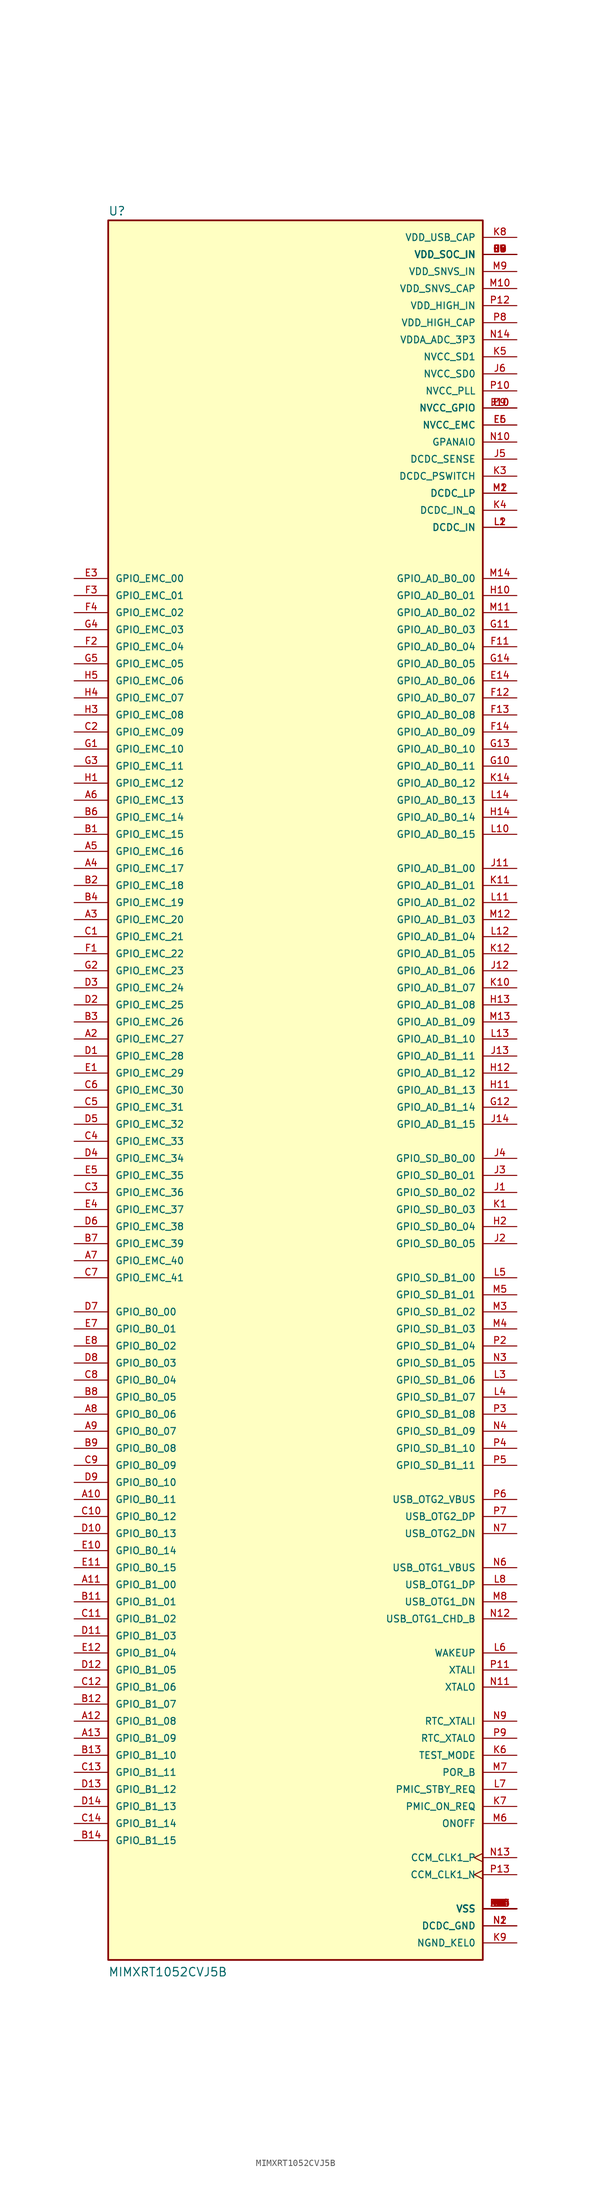
<source format=kicad_sym>
(kicad_symbol_lib
  (version 20241209)
  (generator "kicad_symbol_editor")
  (generator_version "9.0")
  (symbol "MIMXRT1052CVJ5B"
    (pin_names
      (offset 1.016))
    (property "Reference" "U"
      (at -27.94 130.175 0)
      (effects (font (size 1.27 1.27)) (justify left bottom)))
    (property "Value" "MIMXRT1052CVJ5B"
      (at -27.94 -132.08 0)
      (effects (font (size 1.27 1.27)) (justify left bottom)))
    (symbol "MIMXRT1052CVJ5B_0_0"
      (rectangle (start -27.94 -129.54) (end 27.94 129.54) (stroke (width 0.254) (type default)) (fill (type background)))
      (pin bidirectional line (at -33.02 76.2 0) (length 5.08) (name "GPIO_EMC_00" (effects (font (size 1.016 1.016)))) (number "E3" (effects (font (size 1.016 1.016)))))
      (pin bidirectional line (at -33.02 73.66 0) (length 5.08) (name "GPIO_EMC_01" (effects (font (size 1.016 1.016)))) (number "F3" (effects (font (size 1.016 1.016)))))
      (pin bidirectional line (at -33.02 71.12 0) (length 5.08) (name "GPIO_EMC_02" (effects (font (size 1.016 1.016)))) (number "F4" (effects (font (size 1.016 1.016)))))
      (pin bidirectional line (at -33.02 68.58 0) (length 5.08) (name "GPIO_EMC_03" (effects (font (size 1.016 1.016)))) (number "G4" (effects (font (size 1.016 1.016)))))
      (pin bidirectional line (at -33.02 66.04 0) (length 5.08) (name "GPIO_EMC_04" (effects (font (size 1.016 1.016)))) (number "F2" (effects (font (size 1.016 1.016)))))
      (pin bidirectional line (at -33.02 63.5 0) (length 5.08) (name "GPIO_EMC_05" (effects (font (size 1.016 1.016)))) (number "G5" (effects (font (size 1.016 1.016)))))
      (pin bidirectional line (at -33.02 60.96 0) (length 5.08) (name "GPIO_EMC_06" (effects (font (size 1.016 1.016)))) (number "H5" (effects (font (size 1.016 1.016)))))
      (pin bidirectional line (at -33.02 58.42 0) (length 5.08) (name "GPIO_EMC_07" (effects (font (size 1.016 1.016)))) (number "H4" (effects (font (size 1.016 1.016)))))
      (pin bidirectional line (at -33.02 55.88 0) (length 5.08) (name "GPIO_EMC_08" (effects (font (size 1.016 1.016)))) (number "H3" (effects (font (size 1.016 1.016)))))
      (pin bidirectional line (at -33.02 53.34 0) (length 5.08) (name "GPIO_EMC_09" (effects (font (size 1.016 1.016)))) (number "C2" (effects (font (size 1.016 1.016)))))
      (pin bidirectional line (at -33.02 50.8 0) (length 5.08) (name "GPIO_EMC_10" (effects (font (size 1.016 1.016)))) (number "G1" (effects (font (size 1.016 1.016)))))
      (pin bidirectional line (at -33.02 48.26 0) (length 5.08) (name "GPIO_EMC_11" (effects (font (size 1.016 1.016)))) (number "G3" (effects (font (size 1.016 1.016)))))
      (pin bidirectional line (at -33.02 45.72 0) (length 5.08) (name "GPIO_EMC_12" (effects (font (size 1.016 1.016)))) (number "H1" (effects (font (size 1.016 1.016)))))
      (pin bidirectional line (at -33.02 43.18 0) (length 5.08) (name "GPIO_EMC_13" (effects (font (size 1.016 1.016)))) (number "A6" (effects (font (size 1.016 1.016)))))
      (pin bidirectional line (at -33.02 40.64 0) (length 5.08) (name "GPIO_EMC_14" (effects (font (size 1.016 1.016)))) (number "B6" (effects (font (size 1.016 1.016)))))
      (pin bidirectional line (at -33.02 38.1 0) (length 5.08) (name "GPIO_EMC_15" (effects (font (size 1.016 1.016)))) (number "B1" (effects (font (size 1.016 1.016)))))
      (pin bidirectional line (at -33.02 35.56 0) (length 5.08) (name "GPIO_EMC_16" (effects (font (size 1.016 1.016)))) (number "A5" (effects (font (size 1.016 1.016)))))
      (pin bidirectional line (at -33.02 33.02 0) (length 5.08) (name "GPIO_EMC_17" (effects (font (size 1.016 1.016)))) (number "A4" (effects (font (size 1.016 1.016)))))
      (pin bidirectional line (at -33.02 30.48 0) (length 5.08) (name "GPIO_EMC_18" (effects (font (size 1.016 1.016)))) (number "B2" (effects (font (size 1.016 1.016)))))
      (pin bidirectional line (at -33.02 27.94 0) (length 5.08) (name "GPIO_EMC_19" (effects (font (size 1.016 1.016)))) (number "B4" (effects (font (size 1.016 1.016)))))
      (pin bidirectional line (at -33.02 25.4 0) (length 5.08) (name "GPIO_EMC_20" (effects (font (size 1.016 1.016)))) (number "A3" (effects (font (size 1.016 1.016)))))
      (pin bidirectional line (at -33.02 22.86 0) (length 5.08) (name "GPIO_EMC_21" (effects (font (size 1.016 1.016)))) (number "C1" (effects (font (size 1.016 1.016)))))
      (pin bidirectional line (at -33.02 20.32 0) (length 5.08) (name "GPIO_EMC_22" (effects (font (size 1.016 1.016)))) (number "F1" (effects (font (size 1.016 1.016)))))
      (pin bidirectional line (at -33.02 17.78 0) (length 5.08) (name "GPIO_EMC_23" (effects (font (size 1.016 1.016)))) (number "G2" (effects (font (size 1.016 1.016)))))
      (pin bidirectional line (at -33.02 15.24 0) (length 5.08) (name "GPIO_EMC_24" (effects (font (size 1.016 1.016)))) (number "D3" (effects (font (size 1.016 1.016)))))
      (pin bidirectional line (at -33.02 12.7 0) (length 5.08) (name "GPIO_EMC_25" (effects (font (size 1.016 1.016)))) (number "D2" (effects (font (size 1.016 1.016)))))
      (pin bidirectional line (at -33.02 10.16 0) (length 5.08) (name "GPIO_EMC_26" (effects (font (size 1.016 1.016)))) (number "B3" (effects (font (size 1.016 1.016)))))
      (pin bidirectional line (at -33.02 7.62 0) (length 5.08) (name "GPIO_EMC_27" (effects (font (size 1.016 1.016)))) (number "A2" (effects (font (size 1.016 1.016)))))
      (pin bidirectional line (at -33.02 5.08 0) (length 5.08) (name "GPIO_EMC_28" (effects (font (size 1.016 1.016)))) (number "D1" (effects (font (size 1.016 1.016)))))
      (pin bidirectional line (at -33.02 2.54 0) (length 5.08) (name "GPIO_EMC_29" (effects (font (size 1.016 1.016)))) (number "E1" (effects (font (size 1.016 1.016)))))
      (pin bidirectional line (at -33.02 0 0) (length 5.08) (name "GPIO_EMC_30" (effects (font (size 1.016 1.016)))) (number "C6" (effects (font (size 1.016 1.016)))))
      (pin bidirectional line (at -33.02 -2.54 0) (length 5.08) (name "GPIO_EMC_31" (effects (font (size 1.016 1.016)))) (number "C5" (effects (font (size 1.016 1.016)))))
      (pin bidirectional line (at -33.02 -5.08 0) (length 5.08) (name "GPIO_EMC_32" (effects (font (size 1.016 1.016)))) (number "D5" (effects (font (size 1.016 1.016)))))
      (pin bidirectional line (at -33.02 -7.62 0) (length 5.08) (name "GPIO_EMC_33" (effects (font (size 1.016 1.016)))) (number "C4" (effects (font (size 1.016 1.016)))))
      (pin bidirectional line (at -33.02 -10.16 0) (length 5.08) (name "GPIO_EMC_34" (effects (font (size 1.016 1.016)))) (number "D4" (effects (font (size 1.016 1.016)))))
      (pin bidirectional line (at -33.02 -12.7 0) (length 5.08) (name "GPIO_EMC_35" (effects (font (size 1.016 1.016)))) (number "E5" (effects (font (size 1.016 1.016)))))
      (pin bidirectional line (at -33.02 -15.24 0) (length 5.08) (name "GPIO_EMC_36" (effects (font (size 1.016 1.016)))) (number "C3" (effects (font (size 1.016 1.016)))))
      (pin bidirectional line (at -33.02 -17.78 0) (length 5.08) (name "GPIO_EMC_37" (effects (font (size 1.016 1.016)))) (number "E4" (effects (font (size 1.016 1.016)))))
      (pin bidirectional line (at -33.02 -20.32 0) (length 5.08) (name "GPIO_EMC_38" (effects (font (size 1.016 1.016)))) (number "D6" (effects (font (size 1.016 1.016)))))
      (pin bidirectional line (at -33.02 -22.86 0) (length 5.08) (name "GPIO_EMC_39" (effects (font (size 1.016 1.016)))) (number "B7" (effects (font (size 1.016 1.016)))))
      (pin bidirectional line (at -33.02 -25.4 0) (length 5.08) (name "GPIO_EMC_40" (effects (font (size 1.016 1.016)))) (number "A7" (effects (font (size 1.016 1.016)))))
      (pin bidirectional line (at -33.02 -27.94 0) (length 5.08) (name "GPIO_EMC_41" (effects (font (size 1.016 1.016)))) (number "C7" (effects (font (size 1.016 1.016)))))
      (pin bidirectional line (at -33.02 -33.02 0) (length 5.08) (name "GPIO_B0_00" (effects (font (size 1.016 1.016)))) (number "D7" (effects (font (size 1.016 1.016)))))
      (pin bidirectional line (at -33.02 -35.56 0) (length 5.08) (name "GPIO_B0_01" (effects (font (size 1.016 1.016)))) (number "E7" (effects (font (size 1.016 1.016)))))
      (pin bidirectional line (at -33.02 -38.1 0) (length 5.08) (name "GPIO_B0_02" (effects (font (size 1.016 1.016)))) (number "E8" (effects (font (size 1.016 1.016)))))
      (pin bidirectional line (at -33.02 -40.64 0) (length 5.08) (name "GPIO_B0_03" (effects (font (size 1.016 1.016)))) (number "D8" (effects (font (size 1.016 1.016)))))
      (pin bidirectional line (at -33.02 -43.18 0) (length 5.08) (name "GPIO_B0_04" (effects (font (size 1.016 1.016)))) (number "C8" (effects (font (size 1.016 1.016)))))
      (pin bidirectional line (at -33.02 -45.72 0) (length 5.08) (name "GPIO_B0_05" (effects (font (size 1.016 1.016)))) (number "B8" (effects (font (size 1.016 1.016)))))
      (pin bidirectional line (at -33.02 -48.26 0) (length 5.08) (name "GPIO_B0_06" (effects (font (size 1.016 1.016)))) (number "A8" (effects (font (size 1.016 1.016)))))
      (pin bidirectional line (at -33.02 -50.8 0) (length 5.08) (name "GPIO_B0_07" (effects (font (size 1.016 1.016)))) (number "A9" (effects (font (size 1.016 1.016)))))
      (pin bidirectional line (at -33.02 -53.34 0) (length 5.08) (name "GPIO_B0_08" (effects (font (size 1.016 1.016)))) (number "B9" (effects (font (size 1.016 1.016)))))
      (pin bidirectional line (at -33.02 -55.88 0) (length 5.08) (name "GPIO_B0_09" (effects (font (size 1.016 1.016)))) (number "C9" (effects (font (size 1.016 1.016)))))
      (pin bidirectional line (at -33.02 -58.42 0) (length 5.08) (name "GPIO_B0_10" (effects (font (size 1.016 1.016)))) (number "D9" (effects (font (size 1.016 1.016)))))
      (pin bidirectional line (at -33.02 -60.96 0) (length 5.08) (name "GPIO_B0_11" (effects (font (size 1.016 1.016)))) (number "A10" (effects (font (size 1.016 1.016)))))
      (pin bidirectional line (at -33.02 -63.5 0) (length 5.08) (name "GPIO_B0_12" (effects (font (size 1.016 1.016)))) (number "C10" (effects (font (size 1.016 1.016)))))
      (pin bidirectional line (at -33.02 -66.04 0) (length 5.08) (name "GPIO_B0_13" (effects (font (size 1.016 1.016)))) (number "D10" (effects (font (size 1.016 1.016)))))
      (pin bidirectional line (at -33.02 -68.58 0) (length 5.08) (name "GPIO_B0_14" (effects (font (size 1.016 1.016)))) (number "E10" (effects (font (size 1.016 1.016)))))
      (pin bidirectional line (at -33.02 -71.12 0) (length 5.08) (name "GPIO_B0_15" (effects (font (size 1.016 1.016)))) (number "E11" (effects (font (size 1.016 1.016)))))
      (pin bidirectional line (at -33.02 -73.66 0) (length 5.08) (name "GPIO_B1_00" (effects (font (size 1.016 1.016)))) (number "A11" (effects (font (size 1.016 1.016)))))
      (pin bidirectional line (at -33.02 -76.2 0) (length 5.08) (name "GPIO_B1_01" (effects (font (size 1.016 1.016)))) (number "B11" (effects (font (size 1.016 1.016)))))
      (pin bidirectional line (at -33.02 -78.74 0) (length 5.08) (name "GPIO_B1_02" (effects (font (size 1.016 1.016)))) (number "C11" (effects (font (size 1.016 1.016)))))
      (pin bidirectional line (at -33.02 -81.28 0) (length 5.08) (name "GPIO_B1_03" (effects (font (size 1.016 1.016)))) (number "D11" (effects (font (size 1.016 1.016)))))
      (pin bidirectional line (at -33.02 -83.82 0) (length 5.08) (name "GPIO_B1_04" (effects (font (size 1.016 1.016)))) (number "E12" (effects (font (size 1.016 1.016)))))
      (pin bidirectional line (at -33.02 -86.36 0) (length 5.08) (name "GPIO_B1_05" (effects (font (size 1.016 1.016)))) (number "D12" (effects (font (size 1.016 1.016)))))
      (pin bidirectional line (at -33.02 -88.9 0) (length 5.08) (name "GPIO_B1_06" (effects (font (size 1.016 1.016)))) (number "C12" (effects (font (size 1.016 1.016)))))
      (pin bidirectional line (at -33.02 -91.44 0) (length 5.08) (name "GPIO_B1_07" (effects (font (size 1.016 1.016)))) (number "B12" (effects (font (size 1.016 1.016)))))
      (pin bidirectional line (at -33.02 -93.98 0) (length 5.08) (name "GPIO_B1_08" (effects (font (size 1.016 1.016)))) (number "A12" (effects (font (size 1.016 1.016)))))
      (pin bidirectional line (at -33.02 -96.52 0) (length 5.08) (name "GPIO_B1_09" (effects (font (size 1.016 1.016)))) (number "A13" (effects (font (size 1.016 1.016)))))
      (pin bidirectional line (at -33.02 -99.06 0) (length 5.08) (name "GPIO_B1_10" (effects (font (size 1.016 1.016)))) (number "B13" (effects (font (size 1.016 1.016)))))
      (pin bidirectional line (at -33.02 -101.6 0) (length 5.08) (name "GPIO_B1_11" (effects (font (size 1.016 1.016)))) (number "C13" (effects (font (size 1.016 1.016)))))
      (pin bidirectional line (at -33.02 -104.14 0) (length 5.08) (name "GPIO_B1_12" (effects (font (size 1.016 1.016)))) (number "D13" (effects (font (size 1.016 1.016)))))
      (pin bidirectional line (at -33.02 -106.68 0) (length 5.08) (name "GPIO_B1_13" (effects (font (size 1.016 1.016)))) (number "D14" (effects (font (size 1.016 1.016)))))
      (pin bidirectional line (at -33.02 -109.22 0) (length 5.08) (name "GPIO_B1_14" (effects (font (size 1.016 1.016)))) (number "C14" (effects (font (size 1.016 1.016)))))
      (pin bidirectional line (at -33.02 -111.76 0) (length 5.08) (name "GPIO_B1_15" (effects (font (size 1.016 1.016)))) (number "B14" (effects (font (size 1.016 1.016)))))
      (pin power_in line (at 33.02 127 180) (length 5.08) (name "VDD_USB_CAP" (effects (font (size 1.016 1.016)))) (number "K8" (effects (font (size 1.016 1.016)))))
      (pin power_in line (at 33.02 124.46 180) (length 5.08) (name "VDD_SOC_IN" (effects (font (size 1.016 1.016)))) (number "F6" (effects (font (size 1.016 1.016)))))
      (pin power_in line (at 33.02 124.46 180) (length 5.08) (name "VDD_SOC_IN" (effects (font (size 1.016 1.016)))) (number "F7" (effects (font (size 1.016 1.016)))))
      (pin power_in line (at 33.02 124.46 180) (length 5.08) (name "VDD_SOC_IN" (effects (font (size 1.016 1.016)))) (number "F8" (effects (font (size 1.016 1.016)))))
      (pin power_in line (at 33.02 124.46 180) (length 5.08) (name "VDD_SOC_IN" (effects (font (size 1.016 1.016)))) (number "F9" (effects (font (size 1.016 1.016)))))
      (pin power_in line (at 33.02 124.46 180) (length 5.08) (name "VDD_SOC_IN" (effects (font (size 1.016 1.016)))) (number "G6" (effects (font (size 1.016 1.016)))))
      (pin power_in line (at 33.02 124.46 180) (length 5.08) (name "VDD_SOC_IN" (effects (font (size 1.016 1.016)))) (number "G9" (effects (font (size 1.016 1.016)))))
      (pin power_in line (at 33.02 124.46 180) (length 5.08) (name "VDD_SOC_IN" (effects (font (size 1.016 1.016)))) (number "H6" (effects (font (size 1.016 1.016)))))
      (pin power_in line (at 33.02 124.46 180) (length 5.08) (name "VDD_SOC_IN" (effects (font (size 1.016 1.016)))) (number "H9" (effects (font (size 1.016 1.016)))))
      (pin power_in line (at 33.02 124.46 180) (length 5.08) (name "VDD_SOC_IN" (effects (font (size 1.016 1.016)))) (number "J9" (effects (font (size 1.016 1.016)))))
      (pin power_in line (at 33.02 121.92 180) (length 5.08) (name "VDD_SNVS_IN" (effects (font (size 1.016 1.016)))) (number "M9" (effects (font (size 1.016 1.016)))))
      (pin power_in line (at 33.02 119.38 180) (length 5.08) (name "VDD_SNVS_CAP" (effects (font (size 1.016 1.016)))) (number "M10" (effects (font (size 1.016 1.016)))))
      (pin power_in line (at 33.02 116.84 180) (length 5.08) (name "VDD_HIGH_IN" (effects (font (size 1.016 1.016)))) (number "P12" (effects (font (size 1.016 1.016)))))
      (pin power_in line (at 33.02 114.3 180) (length 5.08) (name "VDD_HIGH_CAP" (effects (font (size 1.016 1.016)))) (number "P8" (effects (font (size 1.016 1.016)))))
      (pin power_in line (at 33.02 111.76 180) (length 5.08) (name "VDDA_ADC_3P3" (effects (font (size 1.016 1.016)))) (number "N14" (effects (font (size 1.016 1.016)))))
      (pin power_in line (at 33.02 109.22 180) (length 5.08) (name "NVCC_SD1" (effects (font (size 1.016 1.016)))) (number "K5" (effects (font (size 1.016 1.016)))))
      (pin power_in line (at 33.02 106.68 180) (length 5.08) (name "NVCC_SD0" (effects (font (size 1.016 1.016)))) (number "J6" (effects (font (size 1.016 1.016)))))
      (pin power_in line (at 33.02 104.14 180) (length 5.08) (name "NVCC_PLL" (effects (font (size 1.016 1.016)))) (number "P10" (effects (font (size 1.016 1.016)))))
      (pin power_in line (at 33.02 101.6 180) (length 5.08) (name "NVCC_GPIO" (effects (font (size 1.016 1.016)))) (number "E9" (effects (font (size 1.016 1.016)))))
      (pin power_in line (at 33.02 101.6 180) (length 5.08) (name "NVCC_GPIO" (effects (font (size 1.016 1.016)))) (number "F10" (effects (font (size 1.016 1.016)))))
      (pin power_in line (at 33.02 101.6 180) (length 5.08) (name "NVCC_GPIO" (effects (font (size 1.016 1.016)))) (number "J10" (effects (font (size 1.016 1.016)))))
      (pin power_in line (at 33.02 99.06 180) (length 5.08) (name "NVCC_EMC" (effects (font (size 1.016 1.016)))) (number "E6" (effects (font (size 1.016 1.016)))))
      (pin power_in line (at 33.02 99.06 180) (length 5.08) (name "NVCC_EMC" (effects (font (size 1.016 1.016)))) (number "F5" (effects (font (size 1.016 1.016)))))
      (pin power_in line (at 33.02 96.52 180) (length 5.08) (name "GPANAIO" (effects (font (size 1.016 1.016)))) (number "N10" (effects (font (size 1.016 1.016)))))
      (pin power_in line (at 33.02 93.98 180) (length 5.08) (name "DCDC_SENSE" (effects (font (size 1.016 1.016)))) (number "J5" (effects (font (size 1.016 1.016)))))
      (pin power_in line (at 33.02 91.44 180) (length 5.08) (name "DCDC_PSWITCH" (effects (font (size 1.016 1.016)))) (number "K3" (effects (font (size 1.016 1.016)))))
      (pin power_in line (at 33.02 88.9 180) (length 5.08) (name "DCDC_LP" (effects (font (size 1.016 1.016)))) (number "M1" (effects (font (size 1.016 1.016)))))
      (pin power_in line (at 33.02 88.9 180) (length 5.08) (name "DCDC_LP" (effects (font (size 1.016 1.016)))) (number "M2" (effects (font (size 1.016 1.016)))))
      (pin power_in line (at 33.02 86.36 180) (length 5.08) (name "DCDC_IN_Q" (effects (font (size 1.016 1.016)))) (number "K4" (effects (font (size 1.016 1.016)))))
      (pin power_in line (at 33.02 83.82 180) (length 5.08) (name "DCDC_IN" (effects (font (size 1.016 1.016)))) (number "L1" (effects (font (size 1.016 1.016)))))
      (pin power_in line (at 33.02 83.82 180) (length 5.08) (name "DCDC_IN" (effects (font (size 1.016 1.016)))) (number "L2" (effects (font (size 1.016 1.016)))))
      (pin bidirectional line (at 33.02 76.2 180) (length 5.08) (name "GPIO_AD_B0_00" (effects (font (size 1.016 1.016)))) (number "M14" (effects (font (size 1.016 1.016)))))
      (pin bidirectional line (at 33.02 73.66 180) (length 5.08) (name "GPIO_AD_B0_01" (effects (font (size 1.016 1.016)))) (number "H10" (effects (font (size 1.016 1.016)))))
      (pin bidirectional line (at 33.02 71.12 180) (length 5.08) (name "GPIO_AD_B0_02" (effects (font (size 1.016 1.016)))) (number "M11" (effects (font (size 1.016 1.016)))))
      (pin bidirectional line (at 33.02 68.58 180) (length 5.08) (name "GPIO_AD_B0_03" (effects (font (size 1.016 1.016)))) (number "G11" (effects (font (size 1.016 1.016)))))
      (pin bidirectional line (at 33.02 66.04 180) (length 5.08) (name "GPIO_AD_B0_04" (effects (font (size 1.016 1.016)))) (number "F11" (effects (font (size 1.016 1.016)))))
      (pin bidirectional line (at 33.02 63.5 180) (length 5.08) (name "GPIO_AD_B0_05" (effects (font (size 1.016 1.016)))) (number "G14" (effects (font (size 1.016 1.016)))))
      (pin bidirectional line (at 33.02 60.96 180) (length 5.08) (name "GPIO_AD_B0_06" (effects (font (size 1.016 1.016)))) (number "E14" (effects (font (size 1.016 1.016)))))
      (pin bidirectional line (at 33.02 58.42 180) (length 5.08) (name "GPIO_AD_B0_07" (effects (font (size 1.016 1.016)))) (number "F12" (effects (font (size 1.016 1.016)))))
      (pin bidirectional line (at 33.02 55.88 180) (length 5.08) (name "GPIO_AD_B0_08" (effects (font (size 1.016 1.016)))) (number "F13" (effects (font (size 1.016 1.016)))))
      (pin bidirectional line (at 33.02 53.34 180) (length 5.08) (name "GPIO_AD_B0_09" (effects (font (size 1.016 1.016)))) (number "F14" (effects (font (size 1.016 1.016)))))
      (pin bidirectional line (at 33.02 50.8 180) (length 5.08) (name "GPIO_AD_B0_10" (effects (font (size 1.016 1.016)))) (number "G13" (effects (font (size 1.016 1.016)))))
      (pin bidirectional line (at 33.02 48.26 180) (length 5.08) (name "GPIO_AD_B0_11" (effects (font (size 1.016 1.016)))) (number "G10" (effects (font (size 1.016 1.016)))))
      (pin bidirectional line (at 33.02 45.72 180) (length 5.08) (name "GPIO_AD_B0_12" (effects (font (size 1.016 1.016)))) (number "K14" (effects (font (size 1.016 1.016)))))
      (pin bidirectional line (at 33.02 43.18 180) (length 5.08) (name "GPIO_AD_B0_13" (effects (font (size 1.016 1.016)))) (number "L14" (effects (font (size 1.016 1.016)))))
      (pin bidirectional line (at 33.02 40.64 180) (length 5.08) (name "GPIO_AD_B0_14" (effects (font (size 1.016 1.016)))) (number "H14" (effects (font (size 1.016 1.016)))))
      (pin bidirectional line (at 33.02 38.1 180) (length 5.08) (name "GPIO_AD_B0_15" (effects (font (size 1.016 1.016)))) (number "L10" (effects (font (size 1.016 1.016)))))
      (pin bidirectional line (at 33.02 33.02 180) (length 5.08) (name "GPIO_AD_B1_00" (effects (font (size 1.016 1.016)))) (number "J11" (effects (font (size 1.016 1.016)))))
      (pin bidirectional line (at 33.02 30.48 180) (length 5.08) (name "GPIO_AD_B1_01" (effects (font (size 1.016 1.016)))) (number "K11" (effects (font (size 1.016 1.016)))))
      (pin bidirectional line (at 33.02 27.94 180) (length 5.08) (name "GPIO_AD_B1_02" (effects (font (size 1.016 1.016)))) (number "L11" (effects (font (size 1.016 1.016)))))
      (pin bidirectional line (at 33.02 25.4 180) (length 5.08) (name "GPIO_AD_B1_03" (effects (font (size 1.016 1.016)))) (number "M12" (effects (font (size 1.016 1.016)))))
      (pin bidirectional line (at 33.02 22.86 180) (length 5.08) (name "GPIO_AD_B1_04" (effects (font (size 1.016 1.016)))) (number "L12" (effects (font (size 1.016 1.016)))))
      (pin bidirectional line (at 33.02 20.32 180) (length 5.08) (name "GPIO_AD_B1_05" (effects (font (size 1.016 1.016)))) (number "K12" (effects (font (size 1.016 1.016)))))
      (pin bidirectional line (at 33.02 17.78 180) (length 5.08) (name "GPIO_AD_B1_06" (effects (font (size 1.016 1.016)))) (number "J12" (effects (font (size 1.016 1.016)))))
      (pin bidirectional line (at 33.02 15.24 180) (length 5.08) (name "GPIO_AD_B1_07" (effects (font (size 1.016 1.016)))) (number "K10" (effects (font (size 1.016 1.016)))))
      (pin bidirectional line (at 33.02 12.7 180) (length 5.08) (name "GPIO_AD_B1_08" (effects (font (size 1.016 1.016)))) (number "H13" (effects (font (size 1.016 1.016)))))
      (pin bidirectional line (at 33.02 10.16 180) (length 5.08) (name "GPIO_AD_B1_09" (effects (font (size 1.016 1.016)))) (number "M13" (effects (font (size 1.016 1.016)))))
      (pin bidirectional line (at 33.02 7.62 180) (length 5.08) (name "GPIO_AD_B1_10" (effects (font (size 1.016 1.016)))) (number "L13" (effects (font (size 1.016 1.016)))))
      (pin bidirectional line (at 33.02 5.08 180) (length 5.08) (name "GPIO_AD_B1_11" (effects (font (size 1.016 1.016)))) (number "J13" (effects (font (size 1.016 1.016)))))
      (pin bidirectional line (at 33.02 2.54 180) (length 5.08) (name "GPIO_AD_B1_12" (effects (font (size 1.016 1.016)))) (number "H12" (effects (font (size 1.016 1.016)))))
      (pin bidirectional line (at 33.02 0 180) (length 5.08) (name "GPIO_AD_B1_13" (effects (font (size 1.016 1.016)))) (number "H11" (effects (font (size 1.016 1.016)))))
      (pin bidirectional line (at 33.02 -2.54 180) (length 5.08) (name "GPIO_AD_B1_14" (effects (font (size 1.016 1.016)))) (number "G12" (effects (font (size 1.016 1.016)))))
      (pin bidirectional line (at 33.02 -5.08 180) (length 5.08) (name "GPIO_AD_B1_15" (effects (font (size 1.016 1.016)))) (number "J14" (effects (font (size 1.016 1.016)))))
      (pin bidirectional line (at 33.02 -10.16 180) (length 5.08) (name "GPIO_SD_B0_00" (effects (font (size 1.016 1.016)))) (number "J4" (effects (font (size 1.016 1.016)))))
      (pin bidirectional line (at 33.02 -12.7 180) (length 5.08) (name "GPIO_SD_B0_01" (effects (font (size 1.016 1.016)))) (number "J3" (effects (font (size 1.016 1.016)))))
      (pin bidirectional line (at 33.02 -15.24 180) (length 5.08) (name "GPIO_SD_B0_02" (effects (font (size 1.016 1.016)))) (number "J1" (effects (font (size 1.016 1.016)))))
      (pin bidirectional line (at 33.02 -17.78 180) (length 5.08) (name "GPIO_SD_B0_03" (effects (font (size 1.016 1.016)))) (number "K1" (effects (font (size 1.016 1.016)))))
      (pin bidirectional line (at 33.02 -20.32 180) (length 5.08) (name "GPIO_SD_B0_04" (effects (font (size 1.016 1.016)))) (number "H2" (effects (font (size 1.016 1.016)))))
      (pin bidirectional line (at 33.02 -22.86 180) (length 5.08) (name "GPIO_SD_B0_05" (effects (font (size 1.016 1.016)))) (number "J2" (effects (font (size 1.016 1.016)))))
      (pin bidirectional line (at 33.02 -27.94 180) (length 5.08) (name "GPIO_SD_B1_00" (effects (font (size 1.016 1.016)))) (number "L5" (effects (font (size 1.016 1.016)))))
      (pin bidirectional line (at 33.02 -30.48 180) (length 5.08) (name "GPIO_SD_B1_01" (effects (font (size 1.016 1.016)))) (number "M5" (effects (font (size 1.016 1.016)))))
      (pin bidirectional line (at 33.02 -33.02 180) (length 5.08) (name "GPIO_SD_B1_02" (effects (font (size 1.016 1.016)))) (number "M3" (effects (font (size 1.016 1.016)))))
      (pin bidirectional line (at 33.02 -35.56 180) (length 5.08) (name "GPIO_SD_B1_03" (effects (font (size 1.016 1.016)))) (number "M4" (effects (font (size 1.016 1.016)))))
      (pin bidirectional line (at 33.02 -38.1 180) (length 5.08) (name "GPIO_SD_B1_04" (effects (font (size 1.016 1.016)))) (number "P2" (effects (font (size 1.016 1.016)))))
      (pin bidirectional line (at 33.02 -40.64 180) (length 5.08) (name "GPIO_SD_B1_05" (effects (font (size 1.016 1.016)))) (number "N3" (effects (font (size 1.016 1.016)))))
      (pin bidirectional line (at 33.02 -43.18 180) (length 5.08) (name "GPIO_SD_B1_06" (effects (font (size 1.016 1.016)))) (number "L3" (effects (font (size 1.016 1.016)))))
      (pin bidirectional line (at 33.02 -45.72 180) (length 5.08) (name "GPIO_SD_B1_07" (effects (font (size 1.016 1.016)))) (number "L4" (effects (font (size 1.016 1.016)))))
      (pin bidirectional line (at 33.02 -48.26 180) (length 5.08) (name "GPIO_SD_B1_08" (effects (font (size 1.016 1.016)))) (number "P3" (effects (font (size 1.016 1.016)))))
      (pin bidirectional line (at 33.02 -50.8 180) (length 5.08) (name "GPIO_SD_B1_09" (effects (font (size 1.016 1.016)))) (number "N4" (effects (font (size 1.016 1.016)))))
      (pin bidirectional line (at 33.02 -53.34 180) (length 5.08) (name "GPIO_SD_B1_10" (effects (font (size 1.016 1.016)))) (number "P4" (effects (font (size 1.016 1.016)))))
      (pin bidirectional line (at 33.02 -55.88 180) (length 5.08) (name "GPIO_SD_B1_11" (effects (font (size 1.016 1.016)))) (number "P5" (effects (font (size 1.016 1.016)))))
      (pin bidirectional line (at 33.02 -60.96 180) (length 5.08) (name "USB_OTG2_VBUS" (effects (font (size 1.016 1.016)))) (number "P6" (effects (font (size 1.016 1.016)))))
      (pin bidirectional line (at 33.02 -63.5 180) (length 5.08) (name "USB_OTG2_DP" (effects (font (size 1.016 1.016)))) (number "P7" (effects (font (size 1.016 1.016)))))
      (pin bidirectional line (at 33.02 -66.04 180) (length 5.08) (name "USB_OTG2_DN" (effects (font (size 1.016 1.016)))) (number "N7" (effects (font (size 1.016 1.016)))))
      (pin bidirectional line (at 33.02 -71.12 180) (length 5.08) (name "USB_OTG1_VBUS" (effects (font (size 1.016 1.016)))) (number "N6" (effects (font (size 1.016 1.016)))))
      (pin bidirectional line (at 33.02 -73.66 180) (length 5.08) (name "USB_OTG1_DP" (effects (font (size 1.016 1.016)))) (number "L8" (effects (font (size 1.016 1.016)))))
      (pin bidirectional line (at 33.02 -76.2 180) (length 5.08) (name "USB_OTG1_DN" (effects (font (size 1.016 1.016)))) (number "M8" (effects (font (size 1.016 1.016)))))
      (pin bidirectional line (at 33.02 -78.74 180) (length 5.08) (name "USB_OTG1_CHD_B" (effects (font (size 1.016 1.016)))) (number "N12" (effects (font (size 1.016 1.016)))))
      (pin bidirectional line (at 33.02 -83.82 180) (length 5.08) (name "WAKEUP" (effects (font (size 1.016 1.016)))) (number "L6" (effects (font (size 1.016 1.016)))))
      (pin bidirectional line (at 33.02 -86.36 180) (length 5.08) (name "XTALI" (effects (font (size 1.016 1.016)))) (number "P11" (effects (font (size 1.016 1.016)))))
      (pin bidirectional line (at 33.02 -88.9 180) (length 5.08) (name "XTALO" (effects (font (size 1.016 1.016)))) (number "N11" (effects (font (size 1.016 1.016)))))
      (pin bidirectional line (at 33.02 -93.98 180) (length 5.08) (name "RTC_XTALI" (effects (font (size 1.016 1.016)))) (number "N9" (effects (font (size 1.016 1.016)))))
      (pin bidirectional line (at 33.02 -96.52 180) (length 5.08) (name "RTC_XTALO" (effects (font (size 1.016 1.016)))) (number "P9" (effects (font (size 1.016 1.016)))))
      (pin bidirectional line (at 33.02 -99.06 180) (length 5.08) (name "TEST_MODE" (effects (font (size 1.016 1.016)))) (number "K6" (effects (font (size 1.016 1.016)))))
      (pin bidirectional line (at 33.02 -101.6 180) (length 5.08) (name "POR_B" (effects (font (size 1.016 1.016)))) (number "M7" (effects (font (size 1.016 1.016)))))
      (pin bidirectional line (at 33.02 -104.14 180) (length 5.08) (name "PMIC_STBY_REQ" (effects (font (size 1.016 1.016)))) (number "L7" (effects (font (size 1.016 1.016)))))
      (pin bidirectional line (at 33.02 -106.68 180) (length 5.08) (name "PMIC_ON_REQ" (effects (font (size 1.016 1.016)))) (number "K7" (effects (font (size 1.016 1.016)))))
      (pin bidirectional line (at 33.02 -109.22 180) (length 5.08) (name "ONOFF" (effects (font (size 1.016 1.016)))) (number "M6" (effects (font (size 1.016 1.016)))))
      (pin bidirectional clock (at 33.02 -114.3 180) (length 5.08) (name "CCM_CLK1_P" (effects (font (size 1.016 1.016)))) (number "N13" (effects (font (size 1.016 1.016)))))
      (pin bidirectional clock (at 33.02 -116.84 180) (length 5.08) (name "CCM_CLK1_N" (effects (font (size 1.016 1.016)))) (number "P13" (effects (font (size 1.016 1.016)))))
      (pin power_in line (at 33.02 -121.92 180) (length 5.08) (name "VSS" (effects (font (size 1.016 1.016)))) (number "A1" (effects (font (size 1.016 1.016)))))
      (pin power_in line (at 33.02 -121.92 180) (length 5.08) (name "VSS" (effects (font (size 1.016 1.016)))) (number "A14" (effects (font (size 1.016 1.016)))))
      (pin power_in line (at 33.02 -121.92 180) (length 5.08) (name "VSS" (effects (font (size 1.016 1.016)))) (number "B10" (effects (font (size 1.016 1.016)))))
      (pin power_in line (at 33.02 -121.92 180) (length 5.08) (name "VSS" (effects (font (size 1.016 1.016)))) (number "B5" (effects (font (size 1.016 1.016)))))
      (pin power_in line (at 33.02 -121.92 180) (length 5.08) (name "VSS" (effects (font (size 1.016 1.016)))) (number "E13" (effects (font (size 1.016 1.016)))))
      (pin power_in line (at 33.02 -121.92 180) (length 5.08) (name "VSS" (effects (font (size 1.016 1.016)))) (number "E2" (effects (font (size 1.016 1.016)))))
      (pin power_in line (at 33.02 -121.92 180) (length 5.08) (name "VSS" (effects (font (size 1.016 1.016)))) (number "G7" (effects (font (size 1.016 1.016)))))
      (pin power_in line (at 33.02 -121.92 180) (length 5.08) (name "VSS" (effects (font (size 1.016 1.016)))) (number "G8" (effects (font (size 1.016 1.016)))))
      (pin power_in line (at 33.02 -121.92 180) (length 5.08) (name "VSS" (effects (font (size 1.016 1.016)))) (number "H7" (effects (font (size 1.016 1.016)))))
      (pin power_in line (at 33.02 -121.92 180) (length 5.08) (name "VSS" (effects (font (size 1.016 1.016)))) (number "H8" (effects (font (size 1.016 1.016)))))
      (pin power_in line (at 33.02 -121.92 180) (length 5.08) (name "VSS" (effects (font (size 1.016 1.016)))) (number "J7" (effects (font (size 1.016 1.016)))))
      (pin power_in line (at 33.02 -121.92 180) (length 5.08) (name "VSS" (effects (font (size 1.016 1.016)))) (number "J8" (effects (font (size 1.016 1.016)))))
      (pin power_in line (at 33.02 -121.92 180) (length 5.08) (name "VSS" (effects (font (size 1.016 1.016)))) (number "K13" (effects (font (size 1.016 1.016)))))
      (pin power_in line (at 33.02 -121.92 180) (length 5.08) (name "VSS" (effects (font (size 1.016 1.016)))) (number "K2" (effects (font (size 1.016 1.016)))))
      (pin power_in line (at 33.02 -121.92 180) (length 5.08) (name "VSS" (effects (font (size 1.016 1.016)))) (number "L9" (effects (font (size 1.016 1.016)))))
      (pin power_in line (at 33.02 -121.92 180) (length 5.08) (name "VSS" (effects (font (size 1.016 1.016)))) (number "N5" (effects (font (size 1.016 1.016)))))
      (pin power_in line (at 33.02 -121.92 180) (length 5.08) (name "VSS" (effects (font (size 1.016 1.016)))) (number "N8" (effects (font (size 1.016 1.016)))))
      (pin power_in line (at 33.02 -121.92 180) (length 5.08) (name "VSS" (effects (font (size 1.016 1.016)))) (number "P1" (effects (font (size 1.016 1.016)))))
      (pin power_in line (at 33.02 -121.92 180) (length 5.08) (name "VSS" (effects (font (size 1.016 1.016)))) (number "P14" (effects (font (size 1.016 1.016)))))
      (pin power_in line (at 33.02 -124.46 180) (length 5.08) (name "DCDC_GND" (effects (font (size 1.016 1.016)))) (number "N1" (effects (font (size 1.016 1.016)))))
      (pin power_in line (at 33.02 -124.46 180) (length 5.08) (name "DCDC_GND" (effects (font (size 1.016 1.016)))) (number "N2" (effects (font (size 1.016 1.016)))))
      (pin power_in line (at 33.02 -127 180) (length 5.08) (name "NGND_KEL0" (effects (font (size 1.016 1.016)))) (number "K9" (effects (font (size 1.016 1.016))))))))
</source>
